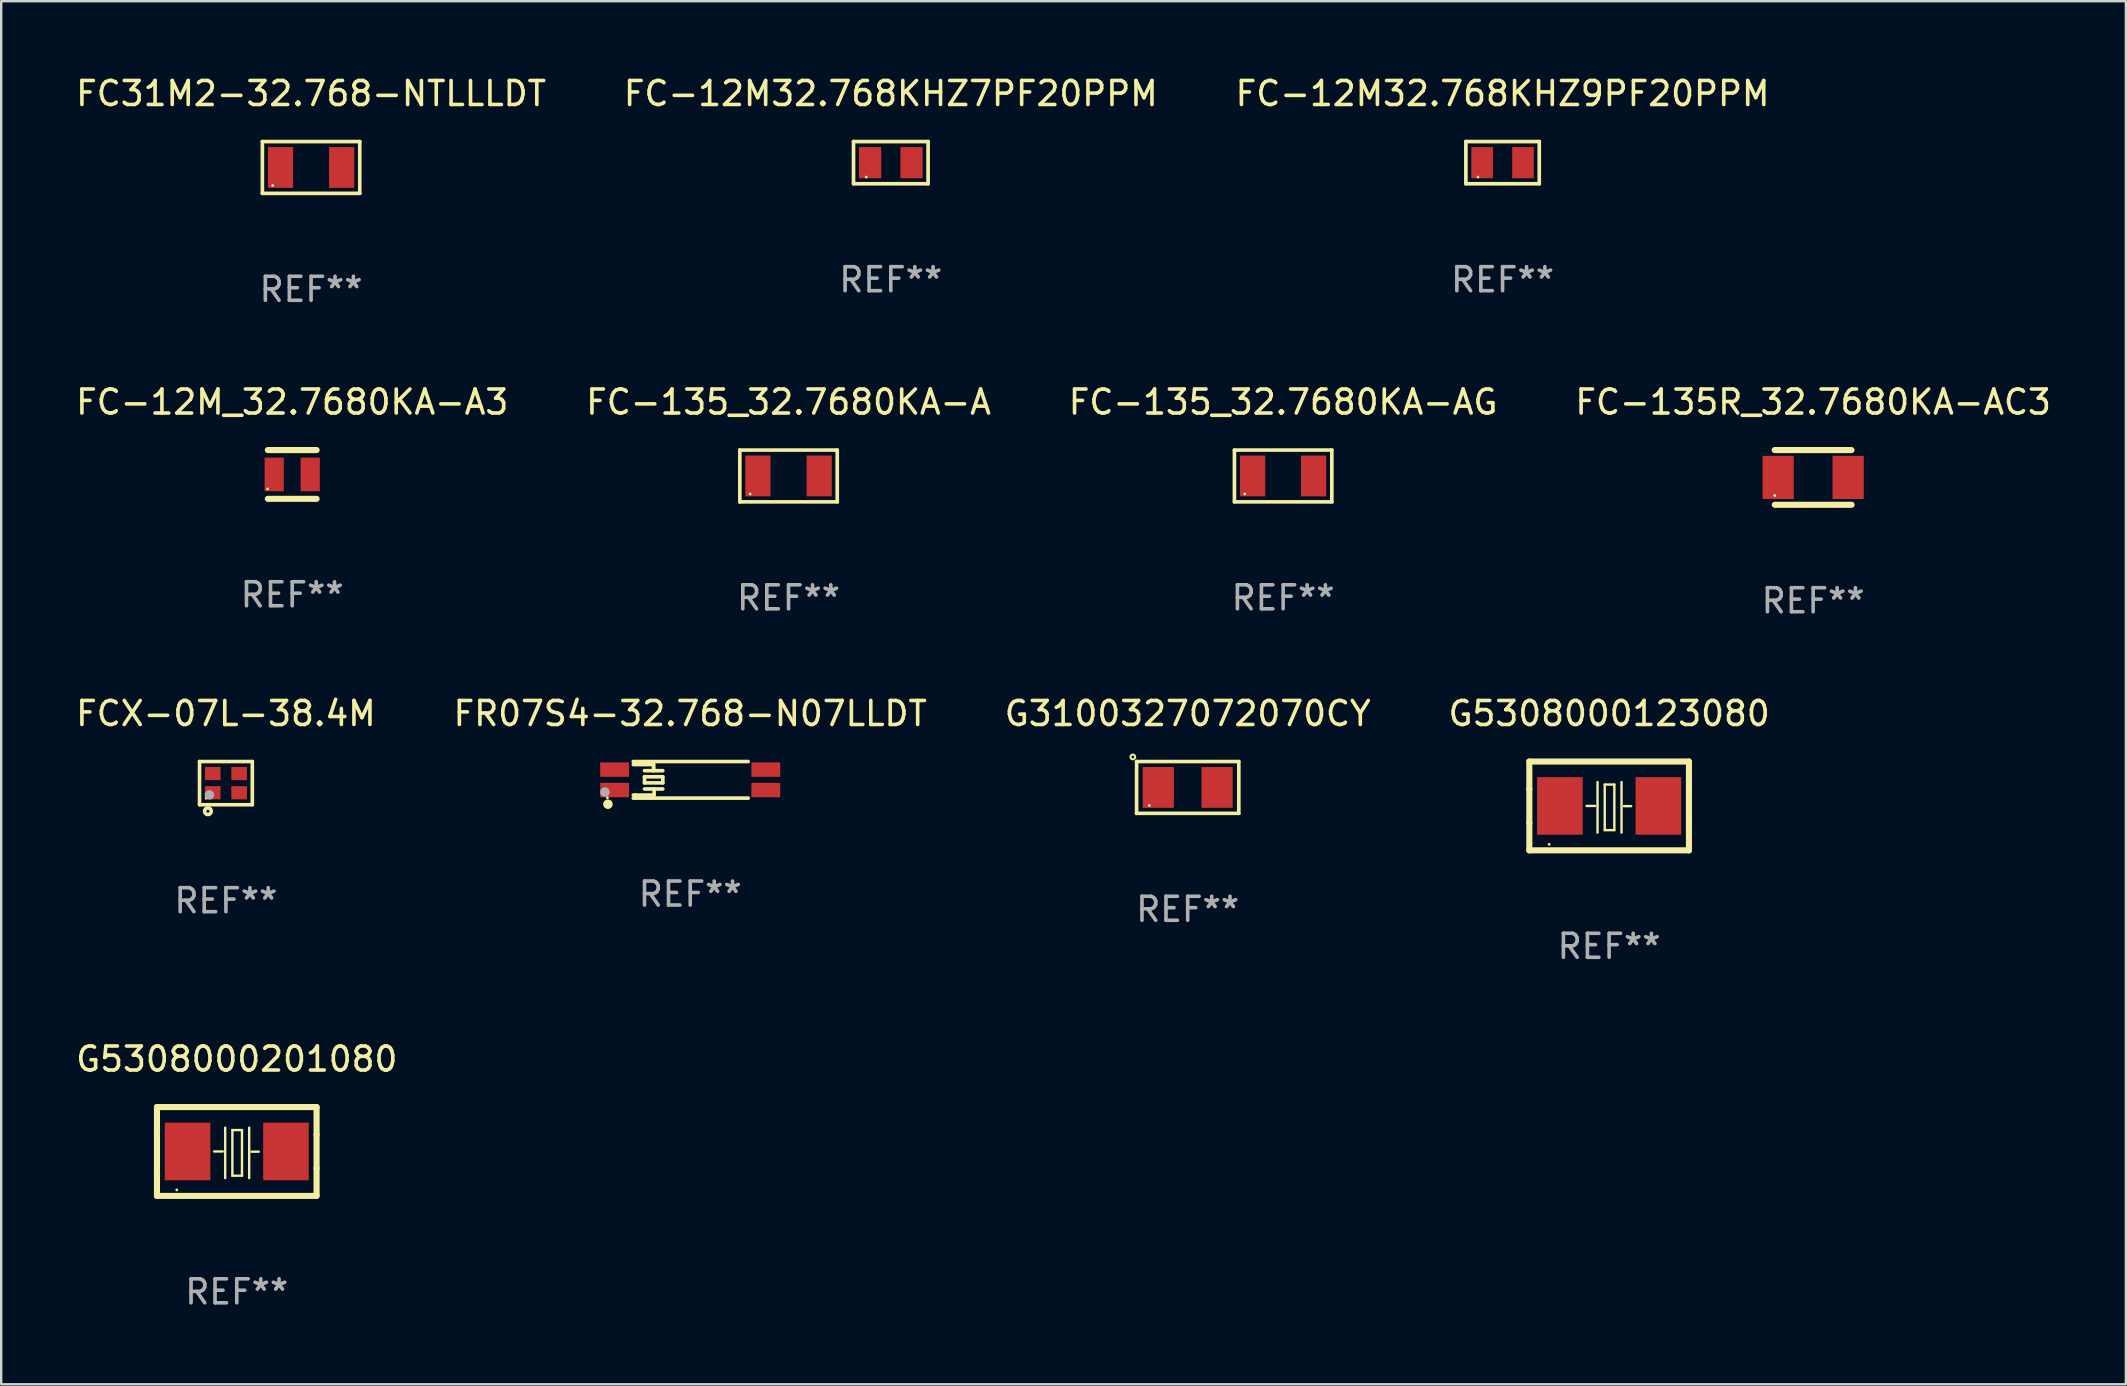
<source format=kicad_pcb>
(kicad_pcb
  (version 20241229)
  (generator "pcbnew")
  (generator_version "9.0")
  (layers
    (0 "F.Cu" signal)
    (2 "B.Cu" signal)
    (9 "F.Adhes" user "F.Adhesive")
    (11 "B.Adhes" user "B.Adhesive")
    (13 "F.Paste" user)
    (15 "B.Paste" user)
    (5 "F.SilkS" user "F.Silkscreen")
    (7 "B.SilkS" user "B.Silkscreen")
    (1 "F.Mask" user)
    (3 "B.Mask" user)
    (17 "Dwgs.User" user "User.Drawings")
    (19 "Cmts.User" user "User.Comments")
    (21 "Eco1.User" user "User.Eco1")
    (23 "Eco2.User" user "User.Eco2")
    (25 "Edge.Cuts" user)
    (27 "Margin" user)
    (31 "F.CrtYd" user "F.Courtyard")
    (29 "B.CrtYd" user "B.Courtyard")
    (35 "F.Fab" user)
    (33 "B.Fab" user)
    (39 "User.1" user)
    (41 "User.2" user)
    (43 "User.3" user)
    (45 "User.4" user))
  (footprint "FC-12M_32.7680KA-A3"
    (layer "F.Cu")
    (at 9.125 16.718)
    (property "Reference" "FC-12M_32.7680KA-A3" (at 0 -3.016 0) (layer "F.SilkS") (effects (font (size 1 1) (thickness 0.15))))
    (attr through_hole)
    (fp_line (start -1.016 -1.016) (end 1.016 -1.016) (stroke (width 0.254) (type solid)) (layer "F.SilkS"))
    (fp_line (start 1.016 1.016) (end -1.016 1.016) (stroke (width 0.254) (type solid)) (layer "F.SilkS"))
    (fp_circle (center -1.025 0.6) (end -0.995 0.6) (stroke (width 0.06) (type solid)) (fill no) (layer "F.SilkS"))
    (fp_text user "REF**" (at 0 5.016 0) (layer "F.Fab") (effects (font (size 1 1) (thickness 0.15))))
    (pad "1" smd rect (at -0.75 0) (size 0.8 1.4) (layers "F.Cu" "F.Mask" "F.Paste"))
    (pad "2" smd rect (at 0.75 0) (size 0.8 1.4) (layers "F.Cu" "F.Mask" "F.Paste")))
  (footprint "G5308000123080"
    (layer "F.Cu")
    (at 63.994 30.529)
    (property "Reference" "G5308000123080" (at 0 -3.85 0) (layer "F.SilkS") (effects (font (size 1 1) (thickness 0.15))))
    (attr through_hole)
    (fp_line (start -3.325 0.7) (end -3.325 -0.7) (stroke (width 0.254) (type solid)) (layer "F.SilkS"))
    (fp_line (start -3.325 -1.85) (end 3.325 -1.85) (stroke (width 0.254) (type solid)) (layer "F.SilkS"))
    (fp_line (start -3.325 -0.7) (end -3.325 -1.85) (stroke (width 0.254) (type solid)) (layer "F.SilkS"))
    (fp_line (start -3.325 1.85) (end -3.325 0.7) (stroke (width 0.254) (type solid)) (layer "F.SilkS"))
    (fp_line (start -0.94 -0.000127) (end -0.584 -0.000127) (stroke (width 0.1) (type solid)) (layer "F.SilkS"))
    (fp_line (start -0.483 -0.991) (end -0.483 1.109) (stroke (width 0.1) (type solid)) (layer "F.SilkS"))
    (fp_line (start -0.183 -0.891) (end -0.183 1.009) (stroke (width 0.1) (type solid)) (layer "F.SilkS"))
    (fp_line (start -0.183 1.009) (end 0.217 1.009) (stroke (width 0.1) (type solid)) (layer "F.SilkS"))
    (fp_line (start 0.217 -0.891) (end -0.183 -0.891) (stroke (width 0.1) (type solid)) (layer "F.SilkS"))
    (fp_line (start 0.217 1.009) (end 0.217 -0.891) (stroke (width 0.1) (type solid)) (layer "F.SilkS"))
    (fp_line (start 0.517 -0.991) (end 0.517 1.109) (stroke (width 0.1) (type solid)) (layer "F.SilkS"))
    (fp_line (start 0.617 0.009) (end 0.917 0.009) (stroke (width 0.1) (type solid)) (layer "F.SilkS"))
    (fp_line (start 3.325 -1.85) (end 3.325 -0.7) (stroke (width 0.254) (type solid)) (layer "F.SilkS"))
    (fp_line (start 3.325 0.7) (end 3.325 1.85) (stroke (width 0.254) (type solid)) (layer "F.SilkS"))
    (fp_line (start 3.325 1.85) (end -3.325 1.85) (stroke (width 0.254) (type solid)) (layer "F.SilkS"))
    (fp_line (start 3.325 -0.7) (end 3.325 0.7) (stroke (width 0.254) (type solid)) (layer "F.SilkS"))
    (fp_circle (center -2.5 1.6) (end -2.47 1.6) (stroke (width 0.06) (type solid)) (fill no) (layer "F.SilkS"))
    (fp_text user "REF**" (at 0 5.85 0) (layer "F.Fab") (effects (font (size 1 1) (thickness 0.15))))
    (pad "1" smd rect (at -2.05 -0.000127) (size 1.9 2.4) (layers "F.Cu" "F.Mask" "F.Paste"))
    (pad "2" smd rect (at 2.05 -0.000127) (size 1.9 2.4) (layers "F.Cu" "F.Mask" "F.Paste")))
  (footprint "FC-135_32.7680KA-A"
    (layer "F.Cu")
    (at 29.804 16.781)
    (property "Reference" "FC-135_32.7680KA-A" (at 0 -3.079 0) (layer "F.SilkS") (effects (font (size 1 1) (thickness 0.15))))
    (attr through_hole)
    (fp_line (start -2.029 -1.079) (end 2.029 -1.079) (stroke (width 0.152) (type solid)) (layer "F.SilkS"))
    (fp_line (start -2.029 1.079) (end -2.029 -1.079) (stroke (width 0.152) (type solid)) (layer "F.SilkS"))
    (fp_line (start 2.029 -1.079) (end 2.029 1.079) (stroke (width 0.152) (type solid)) (layer "F.SilkS"))
    (fp_line (start 2.029 1.079) (end -2.029 1.079) (stroke (width 0.152) (type solid)) (layer "F.SilkS"))
    (fp_circle (center -1.6 0.75) (end -1.57 0.75) (stroke (width 0.06) (type solid)) (fill no) (layer "F.SilkS"))
    (fp_text user "REF**" (at 0 5.079 0) (layer "F.Fab") (effects (font (size 1 1) (thickness 0.15))))
    (pad "1" smd rect (at -1.275 0) (size 1.05 1.7) (layers "F.Cu" "F.Mask" "F.Paste"))
    (pad "2" smd rect (at 1.275 0) (size 1.05 1.7) (layers "F.Cu" "F.Mask" "F.Paste")))
  (footprint "FC-12M32.768KHZ7PF20PPM"
    (layer "F.Cu")
    (at 34.065 3.727)
    (property "Reference" "FC-12M32.768KHZ7PF20PPM" (at 0 -2.879 0) (layer "F.SilkS") (effects (font (size 1 1) (thickness 0.15))))
    (attr through_hole)
    (fp_line (start -1.554 -0.879) (end 1.554 -0.879) (stroke (width 0.152) (type solid)) (layer "F.SilkS"))
    (fp_line (start -1.554 0.879) (end -1.554 -0.879) (stroke (width 0.152) (type solid)) (layer "F.SilkS"))
    (fp_line (start 1.554 -0.879) (end 1.554 0.879) (stroke (width 0.152) (type solid)) (layer "F.SilkS"))
    (fp_line (start 1.554 0.879) (end -1.554 0.879) (stroke (width 0.152) (type solid)) (layer "F.SilkS"))
    (fp_circle (center -1.025 0.6) (end -0.995 0.6) (stroke (width 0.06) (type solid)) (fill no) (layer "F.SilkS"))
    (fp_text user "REF**" (at 0 4.879 0) (layer "F.Fab") (effects (font (size 1 1) (thickness 0.15))))
    (pad "1" smd rect (at -0.863 0) (size 0.925 1.3) (layers "F.Cu" "F.Mask" "F.Paste"))
    (pad "2" smd rect (at 0.863 0) (size 0.925 1.3) (layers "F.Cu" "F.Mask" "F.Paste")))
  (footprint "G5308000201080"
    (layer "F.Cu")
    (at 6.815 44.926)
    (property "Reference" "G5308000201080" (at 0 -3.85 0) (layer "F.SilkS") (effects (font (size 1 1) (thickness 0.15))))
    (attr through_hole)
    (fp_line (start -3.325 0.7) (end -3.325 -0.7) (stroke (width 0.254) (type solid)) (layer "F.SilkS"))
    (fp_line (start -3.325 -1.85) (end 3.325 -1.85) (stroke (width 0.254) (type solid)) (layer "F.SilkS"))
    (fp_line (start -3.325 -0.7) (end -3.325 -1.85) (stroke (width 0.254) (type solid)) (layer "F.SilkS"))
    (fp_line (start -3.325 1.85) (end -3.325 0.7) (stroke (width 0.254) (type solid)) (layer "F.SilkS"))
    (fp_line (start -0.94 -0.000127) (end -0.584 -0.000127) (stroke (width 0.1) (type solid)) (layer "F.SilkS"))
    (fp_line (start -0.483 -0.991) (end -0.483 1.109) (stroke (width 0.1) (type solid)) (layer "F.SilkS"))
    (fp_line (start -0.183 -0.891) (end -0.183 1.009) (stroke (width 0.1) (type solid)) (layer "F.SilkS"))
    (fp_line (start -0.183 1.009) (end 0.217 1.009) (stroke (width 0.1) (type solid)) (layer "F.SilkS"))
    (fp_line (start 0.217 -0.891) (end -0.183 -0.891) (stroke (width 0.1) (type solid)) (layer "F.SilkS"))
    (fp_line (start 0.217 1.009) (end 0.217 -0.891) (stroke (width 0.1) (type solid)) (layer "F.SilkS"))
    (fp_line (start 0.517 -0.991) (end 0.517 1.109) (stroke (width 0.1) (type solid)) (layer "F.SilkS"))
    (fp_line (start 0.617 0.009) (end 0.917 0.009) (stroke (width 0.1) (type solid)) (layer "F.SilkS"))
    (fp_line (start 3.325 -1.85) (end 3.325 -0.7) (stroke (width 0.254) (type solid)) (layer "F.SilkS"))
    (fp_line (start 3.325 0.7) (end 3.325 1.85) (stroke (width 0.254) (type solid)) (layer "F.SilkS"))
    (fp_line (start 3.325 1.85) (end -3.325 1.85) (stroke (width 0.254) (type solid)) (layer "F.SilkS"))
    (fp_line (start 3.325 -0.7) (end 3.325 0.7) (stroke (width 0.254) (type solid)) (layer "F.SilkS"))
    (fp_circle (center -2.5 1.6) (end -2.47 1.6) (stroke (width 0.06) (type solid)) (fill no) (layer "F.SilkS"))
    (fp_text user "REF**" (at 0 5.85 0) (layer "F.Fab") (effects (font (size 1 1) (thickness 0.15))))
    (pad "1" smd rect (at -2.05 -0.000203) (size 1.9 2.4) (layers "F.Cu" "F.Mask" "F.Paste"))
    (pad "2" smd rect (at 2.05 -0.000203) (size 1.9 2.4) (layers "F.Cu" "F.Mask" "F.Paste")))
  (footprint "G3100327072070CY"
    (layer "F.Cu")
    (at 46.435 29.758)
    (property "Reference" "G3100327072070CY" (at 0 -3.079 0) (layer "F.SilkS") (effects (font (size 1 1) (thickness 0.15))))
    (attr through_hole)
    (fp_line (start -2.129 -1.079) (end 2.129 -1.079) (stroke (width 0.152) (type solid)) (layer "F.SilkS"))
    (fp_line (start -2.129 1.079) (end -2.129 -1.079) (stroke (width 0.152) (type solid)) (layer "F.SilkS"))
    (fp_line (start 2.129 -1.079) (end 2.129 1.079) (stroke (width 0.152) (type solid)) (layer "F.SilkS"))
    (fp_line (start 2.129 1.079) (end -2.129 1.079) (stroke (width 0.152) (type solid)) (layer "F.SilkS"))
    (fp_circle (center -2.286 -1.27) (end -2.186 -1.27) (stroke (width 0.085) (type solid)) (fill no) (layer "F.SilkS"))
    (fp_circle (center -1.6 0.75) (end -1.57 0.75) (stroke (width 0.06) (type solid)) (fill no) (layer "F.SilkS"))
    (fp_text user "REF**" (at 0 5.079 0) (layer "F.Fab") (effects (font (size 1 1) (thickness 0.15))))
    (pad "1" smd rect (at -1.225 0) (size 1.3 1.7) (layers "F.Cu" "F.Mask" "F.Paste"))
    (pad "2" smd rect (at 1.225 0) (size 1.3 1.7) (layers "F.Cu" "F.Mask" "F.Paste")))
  (footprint "FC-135_32.7680KA-AG"
    (layer "F.Cu")
    (at 50.411 16.781)
    (property "Reference" "FC-135_32.7680KA-AG" (at 0 -3.079 0) (layer "F.SilkS") (effects (font (size 1 1) (thickness 0.15))))
    (attr through_hole)
    (fp_line (start -2.029 -1.079) (end 2.029 -1.079) (stroke (width 0.152) (type solid)) (layer "F.SilkS"))
    (fp_line (start -2.029 1.079) (end -2.029 -1.079) (stroke (width 0.152) (type solid)) (layer "F.SilkS"))
    (fp_line (start 2.029 -1.079) (end 2.029 1.079) (stroke (width 0.152) (type solid)) (layer "F.SilkS"))
    (fp_line (start 2.029 1.079) (end -2.029 1.079) (stroke (width 0.152) (type solid)) (layer "F.SilkS"))
    (fp_circle (center -1.6 0.75) (end -1.57 0.75) (stroke (width 0.06) (type solid)) (fill no) (layer "F.SilkS"))
    (fp_text user "REF**" (at 0 5.079 0) (layer "F.Fab") (effects (font (size 1 1) (thickness 0.15))))
    (pad "1" smd rect (at -1.27 0.000127) (size 1.05 1.7) (layers "F.Cu" "F.Mask" "F.Paste"))
    (pad "2" smd rect (at 1.27 0.000127) (size 1.05 1.7) (layers "F.Cu" "F.Mask" "F.Paste")))
  (footprint "FC-135R_32.7680KA-AC3"
    (layer "F.Cu")
    (at 72.494 16.842)
    (property "Reference" "FC-135R_32.7680KA-AC3" (at 0 -3.14 0) (layer "F.SilkS") (effects (font (size 1 1) (thickness 0.15))))
    (attr through_hole)
    (fp_line (start -1.597 1.14) (end 1.603 1.14) (stroke (width 0.254) (type solid)) (layer "F.SilkS"))
    (fp_line (start 1.597 -1.14) (end -1.603 -1.14) (stroke (width 0.254) (type solid)) (layer "F.SilkS"))
    (fp_circle (center -1.597 0.75) (end -1.567 0.75) (stroke (width 0.06) (type solid)) (fill no) (layer "F.SilkS"))
    (fp_text user "REF**" (at 0 5.14 0) (layer "F.Fab") (effects (font (size 1 1) (thickness 0.15))))
    (pad "1" smd rect (at -1.458 0) (size 1.3 1.8) (layers "F.Cu" "F.Mask" "F.Paste"))
    (pad "2" smd rect (at 1.458 0) (size 1.3 1.8) (layers "F.Cu" "F.Mask" "F.Paste")))
  (footprint "FCX-07L-38.4M"
    (layer "F.Cu")
    (at 6.363 29.579)
    (property "Reference" "FCX-07L-38.4M" (at 0 -2.9 0) (layer "F.SilkS") (effects (font (size 1 1) (thickness 0.15))))
    (attr through_hole)
    (fp_line (start -1.1 -0.9) (end -1.1 0.9) (stroke (width 0.15) (type solid)) (layer "F.SilkS"))
    (fp_line (start -1.1 -0.9) (end 1.1 -0.9) (stroke (width 0.15) (type solid)) (layer "F.SilkS"))
    (fp_line (start -1.1 0.9) (end 1.1 0.9) (stroke (width 0.15) (type solid)) (layer "F.SilkS"))
    (fp_line (start 1.1 -0.9) (end 1.1 0.9) (stroke (width 0.15) (type solid)) (layer "F.SilkS"))
    (fp_circle (center -0.825 0.625) (end -0.795 0.625) (stroke (width 0.06) (type solid)) (fill no) (layer "F.SilkS"))
    (fp_circle (center -0.75 1.17) (end -0.686 1.17) (stroke (width 0.15) (type solid)) (fill no) (layer "F.SilkS"))
    (fp_circle (center -0.69 0.49) (end -0.59 0.49) (stroke (width 0.2) (type solid)) (fill no) (layer "F.Fab"))
    (fp_text user "REF**" (at 0 4.9 0) (layer "F.Fab") (effects (font (size 1 1) (thickness 0.15))))
    (pad "1" smd rect (at -0.55 0.4) (size 0.65 0.55) (layers "F.Cu" "F.Mask" "F.Paste"))
    (pad "2" smd rect (at 0.55 0.4) (size 0.65 0.55) (layers "F.Cu" "F.Mask" "F.Paste"))
    (pad "3" smd rect (at 0.55 -0.4) (size 0.65 0.55) (layers "F.Cu" "F.Mask" "F.Paste"))
    (pad "4" smd rect (at -0.55 -0.4) (size 0.65 0.55) (layers "F.Cu" "F.Mask" "F.Paste")))
  (footprint "FC-12M32.768KHZ9PF20PPM"
    (layer "F.Cu")
    (at 59.554 3.727)
    (property "Reference" "FC-12M32.768KHZ9PF20PPM" (at 0 -2.879 0) (layer "F.SilkS") (effects (font (size 1 1) (thickness 0.15))))
    (attr through_hole)
    (fp_line (start -1.529 -0.879) (end 1.529 -0.879) (stroke (width 0.152) (type solid)) (layer "F.SilkS"))
    (fp_line (start -1.529 0.879) (end -1.529 -0.879) (stroke (width 0.152) (type solid)) (layer "F.SilkS"))
    (fp_line (start 1.529 -0.879) (end 1.529 0.879) (stroke (width 0.152) (type solid)) (layer "F.SilkS"))
    (fp_line (start 1.529 0.879) (end -1.529 0.879) (stroke (width 0.152) (type solid)) (layer "F.SilkS"))
    (fp_circle (center -1.025 0.6) (end -0.995 0.6) (stroke (width 0.06) (type solid)) (fill no) (layer "F.SilkS"))
    (fp_text user "REF**" (at 0 4.879 0) (layer "F.Fab") (effects (font (size 1 1) (thickness 0.15))))
    (pad "1" smd rect (at -0.85 0) (size 0.9 1.3) (layers "F.Cu" "F.Mask" "F.Paste"))
    (pad "2" smd rect (at 0.85 0) (size 0.9 1.3) (layers "F.Cu" "F.Mask" "F.Paste")))
  (footprint "FR07S4-32.768-N07LLDT"
    (layer "F.Cu")
    (at 25.708 29.441)
    (property "Reference" "FR07S4-32.768-N07LLDT" (at 0 -2.762 0) (layer "F.SilkS") (effects (font (size 1 1) (thickness 0.15))))
    (attr through_hole)
    (fp_line (start -2.286 0.635) (end -2.37 0.635) (stroke (width 0.152) (type solid)) (layer "F.SilkS"))
    (fp_line (start -1.905 -0.381) (end -1.143 -0.381) (stroke (width 0.152) (type solid)) (layer "F.SilkS"))
    (fp_line (start -1.905 -0.127) (end -1.905 0.127) (stroke (width 0.152) (type solid)) (layer "F.SilkS"))
    (fp_line (start -1.905 -0.127) (end -1.143 -0.127) (stroke (width 0.152) (type solid)) (layer "F.SilkS"))
    (fp_line (start -1.905 0.127) (end -1.143 0.127) (stroke (width 0.152) (type solid)) (layer "F.SilkS"))
    (fp_line (start -1.905 0.381) (end -1.143 0.381) (stroke (width 0.152) (type solid)) (layer "F.SilkS"))
    (fp_line (start -1.525 -0.635) (end -2.37 -0.635) (stroke (width 0.152) (type solid)) (layer "F.SilkS"))
    (fp_line (start -1.525 -0.508) (end -1.525 -0.635) (stroke (width 0.152) (type solid)) (layer "F.SilkS"))
    (fp_line (start -1.525 -0.381) (end -1.525 -0.508) (stroke (width 0.152) (type solid)) (layer "F.SilkS"))
    (fp_line (start -1.505 0.381) (end -1.505 0.635) (stroke (width 0.152) (type solid)) (layer "F.SilkS"))
    (fp_line (start -1.505 0.635) (end -2.286 0.635) (stroke (width 0.152) (type solid)) (layer "F.SilkS"))
    (fp_line (start -1.143 0.127) (end -1.143 -0.127) (stroke (width 0.152) (type solid)) (layer "F.SilkS"))
    (fp_line (start 2.413 -0.762) (end -2.374 -0.762) (stroke (width 0.152) (type solid)) (layer "F.SilkS"))
    (fp_line (start 2.413 0.762) (end -2.374 0.762) (stroke (width 0.152) (type solid)) (layer "F.SilkS"))
    (fp_circle (center -3.45 0.75) (end -3.42 0.75) (stroke (width 0.06) (type solid)) (fill no) (layer "F.SilkS"))
    (fp_circle (center -3.429 1.016) (end -3.329 1.016) (stroke (width 0.2) (type solid)) (fill no) (layer "F.SilkS"))
    (fp_circle (center -3.556 0.508) (end -3.456 0.508) (stroke (width 0.2) (type solid)) (fill no) (layer "F.Fab"))
    (fp_text user "REF**" (at 0 4.762 0) (layer "F.Fab") (effects (font (size 1 1) (thickness 0.15))))
    (pad "1" smd rect (at -3.15 0.425 90) (size 0.6 1.2) (layers "F.Cu" "F.Mask" "F.Paste"))
    (pad "2" smd rect (at 3.15 0.425 270) (size 0.6 1.2) (layers "F.Cu" "F.Mask" "F.Paste"))
    (pad "3" smd rect (at 3.15 -0.425 90) (size 0.6 1.2) (layers "F.Cu" "F.Mask" "F.Paste"))
    (pad "4" smd rect (at -3.15 -0.425 270) (size 0.6 1.2) (layers "F.Cu" "F.Mask" "F.Paste")))
  (footprint "FC31M2-32.768-NTLLLDT"
    (layer "F.Cu")
    (at 9.911 3.927)
    (property "Reference" "FC31M2-32.768-NTLLLDT" (at 0 -3.079 0) (layer "F.SilkS") (effects (font (size 1 1) (thickness 0.15))))
    (attr through_hole)
    (fp_line (start -2.029 -1.079) (end 2.029 -1.079) (stroke (width 0.152) (type solid)) (layer "F.SilkS"))
    (fp_line (start -2.029 1.079) (end -2.029 -1.079) (stroke (width 0.152) (type solid)) (layer "F.SilkS"))
    (fp_line (start 2.029 -1.079) (end 2.029 1.079) (stroke (width 0.152) (type solid)) (layer "F.SilkS"))
    (fp_line (start 2.029 1.079) (end -2.029 1.079) (stroke (width 0.152) (type solid)) (layer "F.SilkS"))
    (fp_circle (center -1.6 0.75) (end -1.57 0.75) (stroke (width 0.06) (type solid)) (fill no) (layer "F.SilkS"))
    (fp_text user "REF**" (at 0 5.079 0) (layer "F.Fab") (effects (font (size 1 1) (thickness 0.15))))
    (pad "1" smd rect (at -1.275 0.000127) (size 1.05 1.7) (layers "F.Cu" "F.Mask" "F.Paste"))
    (pad "2" smd rect (at 1.275 0.000127) (size 1.05 1.7) (layers "F.Cu" "F.Mask" "F.Paste")))
  (gr_rect
    (start -3 -3)
    (end 85.524 54.624)
    (stroke (width 0.1) (type default))
    (fill no)
    (layer "Edge.Cuts")))
</source>
